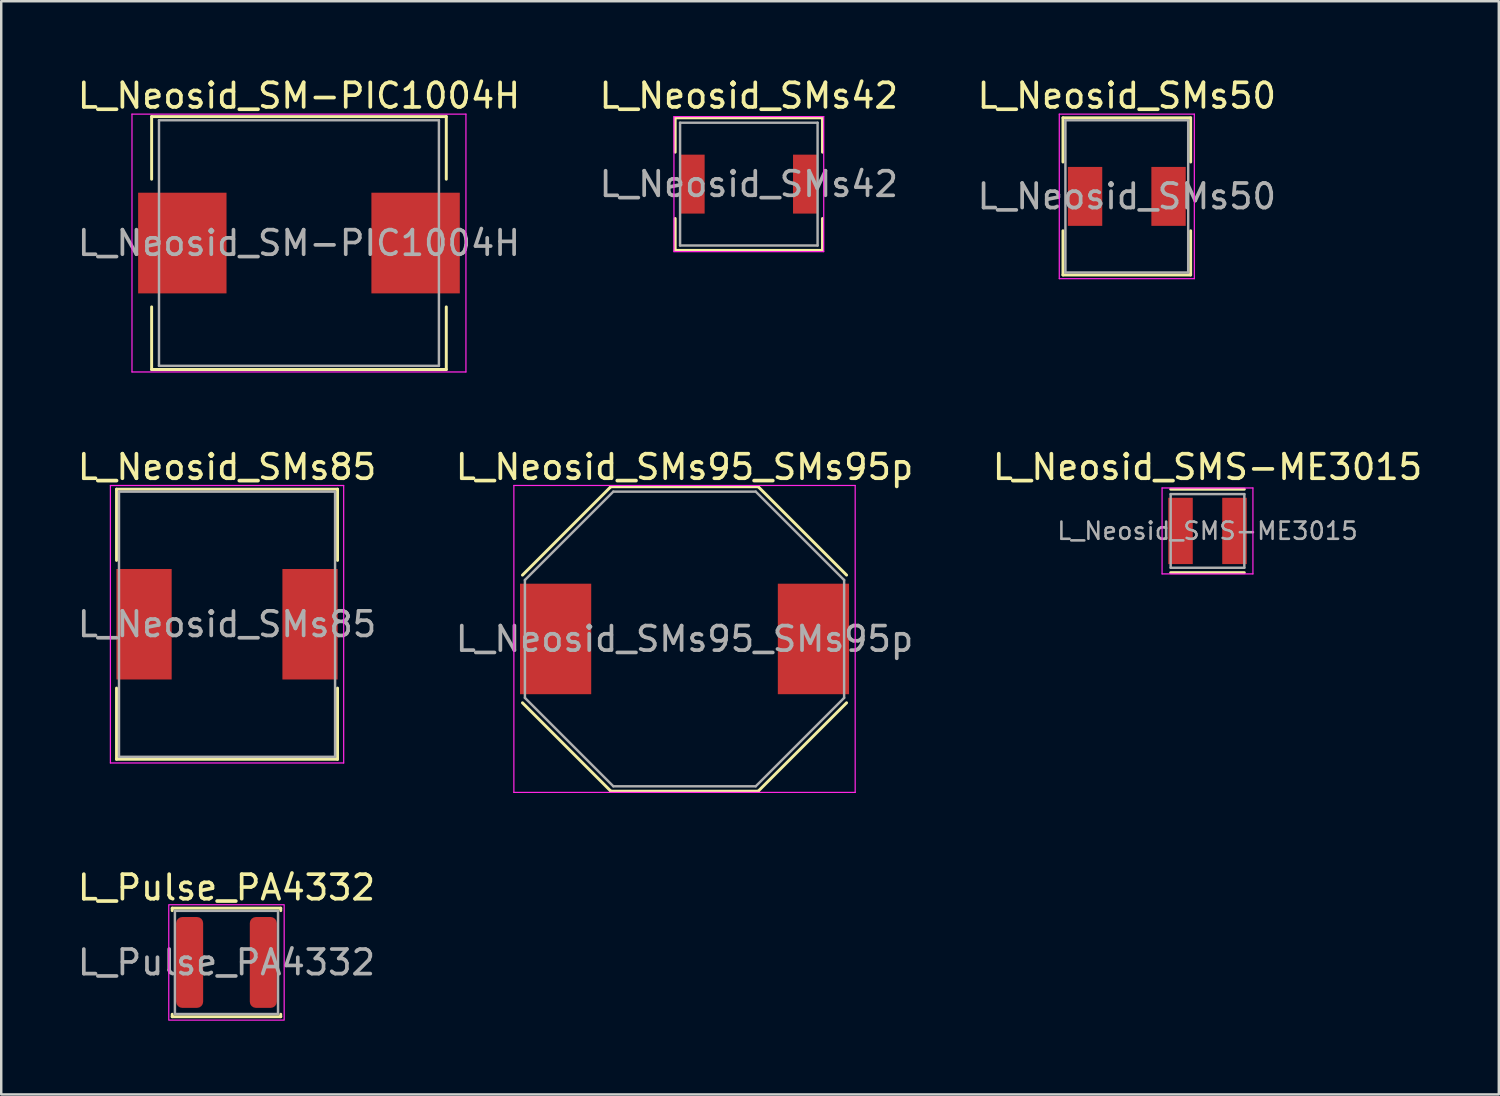
<source format=kicad_pcb>
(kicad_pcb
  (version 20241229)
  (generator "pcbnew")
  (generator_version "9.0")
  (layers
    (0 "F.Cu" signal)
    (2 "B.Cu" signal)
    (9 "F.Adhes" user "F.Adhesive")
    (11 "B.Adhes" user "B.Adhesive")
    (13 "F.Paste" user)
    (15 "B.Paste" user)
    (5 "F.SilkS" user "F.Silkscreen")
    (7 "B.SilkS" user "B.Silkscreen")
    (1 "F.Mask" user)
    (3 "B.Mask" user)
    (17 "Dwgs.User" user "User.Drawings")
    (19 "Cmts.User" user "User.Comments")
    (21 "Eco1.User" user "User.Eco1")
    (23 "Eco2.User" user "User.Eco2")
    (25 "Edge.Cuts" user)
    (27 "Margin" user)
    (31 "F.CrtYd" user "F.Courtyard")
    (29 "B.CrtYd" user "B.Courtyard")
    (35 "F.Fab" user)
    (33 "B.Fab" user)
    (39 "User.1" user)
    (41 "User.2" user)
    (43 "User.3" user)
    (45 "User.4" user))
  (footprint "L_Neosid_SMs42"
    (layer "F.Cu")
    (at 27.446 4.448)
    (property "Reference" "L_Neosid_SMs42" (at 0 -3.6 0) (layer "F.SilkS") (effects (font (size 1 1) (thickness 0.15))))
    (attr smd)
    (fp_line (start -3 -2.7) (end 3 -2.7) (stroke (width 0.12) (type solid)) (layer "F.SilkS"))
    (fp_line (start -3 -1.3) (end -3 -2.7) (stroke (width 0.12) (type solid)) (layer "F.SilkS"))
    (fp_line (start -3 2.7) (end -3 1.4) (stroke (width 0.12) (type solid)) (layer "F.SilkS"))
    (fp_line (start 3 -2.7) (end 3 -1.3) (stroke (width 0.12) (type solid)) (layer "F.SilkS"))
    (fp_line (start 3 1.4) (end 3 2.7) (stroke (width 0.12) (type solid)) (layer "F.SilkS"))
    (fp_line (start 3 2.7) (end -3 2.7) (stroke (width 0.12) (type solid)) (layer "F.SilkS"))
    (fp_line (start -3.05 -2.75) (end -3.05 2.75) (stroke (width 0.05) (type solid)) (layer "F.CrtYd"))
    (fp_line (start -3.05 -2.75) (end 3.05 -2.75) (stroke (width 0.05) (type solid)) (layer "F.CrtYd"))
    (fp_line (start 3.05 2.75) (end -3.05 2.75) (stroke (width 0.05) (type solid)) (layer "F.CrtYd"))
    (fp_line (start 3.05 2.75) (end 3.05 -2.75) (stroke (width 0.05) (type solid)) (layer "F.CrtYd"))
    (fp_line (start -2.8 -2.5) (end 2.8 -2.5) (stroke (width 0.1) (type solid)) (layer "F.Fab"))
    (fp_line (start -2.8 2.5) (end -2.8 -2.5) (stroke (width 0.1) (type solid)) (layer "F.Fab"))
    (fp_line (start 2.8 -2.5) (end 2.8 2.5) (stroke (width 0.1) (type solid)) (layer "F.Fab"))
    (fp_line (start 2.8 2.5) (end -2.8 2.5) (stroke (width 0.1) (type solid)) (layer "F.Fab"))
    (fp_text user "${REFERENCE}" (at 0 0 0) (layer "F.Fab") (effects (font (size 1 1) (thickness 0.15))))
    (pad "1" smd rect (at -2.3 0) (size 1 2.4) (layers "F.Cu" "F.Mask" "F.Paste"))
    (pad "2" smd rect (at 2.3 0) (size 1 2.4) (layers "F.Cu" "F.Mask" "F.Paste")))
  (footprint "L_Neosid_SMs50"
    (layer "F.Cu")
    (at 42.839 4.948)
    (property "Reference" "L_Neosid_SMs50" (at 0 -4.1 0) (layer "F.SilkS") (effects (font (size 1 1) (thickness 0.15))))
    (attr smd)
    (fp_line (start -2.6 -3.2) (end 2.6 -3.2) (stroke (width 0.12) (type solid)) (layer "F.SilkS"))
    (fp_line (start -2.6 -1.4) (end -2.6 -3.2) (stroke (width 0.12) (type solid)) (layer "F.SilkS"))
    (fp_line (start -2.6 3.2) (end -2.6 1.4) (stroke (width 0.12) (type solid)) (layer "F.SilkS"))
    (fp_line (start 2.6 -3.2) (end 2.6 -1.4) (stroke (width 0.12) (type solid)) (layer "F.SilkS"))
    (fp_line (start 2.6 1.4) (end 2.6 3.2) (stroke (width 0.12) (type solid)) (layer "F.SilkS"))
    (fp_line (start 2.6 3.2) (end -2.6 3.2) (stroke (width 0.12) (type solid)) (layer "F.SilkS"))
    (fp_line (start -2.75 -3.35) (end -2.75 3.35) (stroke (width 0.05) (type solid)) (layer "F.CrtYd"))
    (fp_line (start -2.75 -3.35) (end 2.75 -3.35) (stroke (width 0.05) (type solid)) (layer "F.CrtYd"))
    (fp_line (start 2.75 3.35) (end -2.75 3.35) (stroke (width 0.05) (type solid)) (layer "F.CrtYd"))
    (fp_line (start 2.75 3.35) (end 2.75 -3.35) (stroke (width 0.05) (type solid)) (layer "F.CrtYd"))
    (fp_line (start -2.5 -3.1) (end 2.5 -3.1) (stroke (width 0.1) (type solid)) (layer "F.Fab"))
    (fp_line (start -2.5 3.1) (end -2.5 -3.1) (stroke (width 0.1) (type solid)) (layer "F.Fab"))
    (fp_line (start 2.5 -3.1) (end 2.5 3.1) (stroke (width 0.1) (type solid)) (layer "F.Fab"))
    (fp_line (start 2.5 3.1) (end -2.5 3.1) (stroke (width 0.1) (type solid)) (layer "F.Fab"))
    (fp_text user "${REFERENCE}" (at 0 0 0) (layer "F.Fab") (effects (font (size 1 1) (thickness 0.15))))
    (pad "1" smd rect (at -1.7 0) (size 1.4 2.4) (layers "F.Cu" "F.Mask" "F.Paste"))
    (pad "2" smd rect (at 1.7 0) (size 1.4 2.4) (layers "F.Cu" "F.Mask" "F.Paste")))
  (footprint "L_Pulse_PA4332"
    (layer "F.Cu")
    (at 6.173 36.145)
    (property "Reference" "L_Pulse_PA4332" (at 0 -3.05 0) (layer "F.SilkS") (effects (font (size 1 1) (thickness 0.15))))
    (attr smd)
    (fp_line (start -2.21 -2.21) (end 2.21 -2.21) (stroke (width 0.12) (type solid)) (layer "F.SilkS"))
    (fp_line (start -2.21 -2.11) (end -2.21 -2.21) (stroke (width 0.12) (type solid)) (layer "F.SilkS"))
    (fp_line (start -2.21 2.21) (end -2.21 2.11) (stroke (width 0.12) (type solid)) (layer "F.SilkS"))
    (fp_line (start 2.21 -2.21) (end 2.21 -2.11) (stroke (width 0.12) (type solid)) (layer "F.SilkS"))
    (fp_line (start 2.21 2.11) (end 2.21 2.21) (stroke (width 0.12) (type solid)) (layer "F.SilkS"))
    (fp_line (start 2.21 2.21) (end -2.21 2.21) (stroke (width 0.12) (type solid)) (layer "F.SilkS"))
    (fp_rect (start -2.35 -2.35) (end 2.35 2.35) (stroke (width 0.05) (type solid)) (fill no) (layer "F.CrtYd"))
    (fp_rect (start -2.1 -2.1) (end 2.1 2.1) (stroke (width 0.1) (type solid)) (fill no) (layer "F.Fab"))
    (fp_text user "${REFERENCE}" (at 0 0 0) (layer "F.Fab") (effects (font (size 1 1) (thickness 0.15))))
    (pad "1" smd roundrect (at -1.5 0) (size 1.1 3.7) (layers "F.Cu" "F.Mask" "F.Paste") (roundrect_rratio 0.227))
    (pad "2" smd roundrect (at 1.5 0) (size 1.1 3.7) (layers "F.Cu" "F.Mask" "F.Paste") (roundrect_rratio 0.227)))
  (footprint "L_Neosid_SMs85"
    (layer "F.Cu")
    (at 6.196 22.372)
    (property "Reference" "L_Neosid_SMs85" (at 0 -6.4 0) (layer "F.SilkS") (effects (font (size 1 1) (thickness 0.15))))
    (attr smd)
    (fp_line (start -4.5 -5.5) (end 4.5 -5.5) (stroke (width 0.12) (type solid)) (layer "F.SilkS"))
    (fp_line (start -4.5 -2.6) (end -4.5 -5.5) (stroke (width 0.12) (type solid)) (layer "F.SilkS"))
    (fp_line (start -4.5 5.5) (end -4.5 2.6) (stroke (width 0.12) (type solid)) (layer "F.SilkS"))
    (fp_line (start 4.5 -5.5) (end 4.5 -2.6) (stroke (width 0.12) (type solid)) (layer "F.SilkS"))
    (fp_line (start 4.5 2.6) (end 4.5 5.5) (stroke (width 0.12) (type solid)) (layer "F.SilkS"))
    (fp_line (start 4.5 5.5) (end -4.5 5.5) (stroke (width 0.12) (type solid)) (layer "F.SilkS"))
    (fp_line (start -4.75 -5.65) (end -4.75 5.65) (stroke (width 0.05) (type solid)) (layer "F.CrtYd"))
    (fp_line (start -4.75 -5.65) (end 4.75 -5.65) (stroke (width 0.05) (type solid)) (layer "F.CrtYd"))
    (fp_line (start 4.75 5.65) (end -4.75 5.65) (stroke (width 0.05) (type solid)) (layer "F.CrtYd"))
    (fp_line (start 4.75 5.65) (end 4.75 -5.65) (stroke (width 0.05) (type solid)) (layer "F.CrtYd"))
    (fp_line (start -4.4 -5.4) (end 4.4 -5.4) (stroke (width 0.1) (type solid)) (layer "F.Fab"))
    (fp_line (start -4.4 5.4) (end -4.4 -5.4) (stroke (width 0.1) (type solid)) (layer "F.Fab"))
    (fp_line (start 4.4 -5.4) (end 4.4 5.4) (stroke (width 0.1) (type solid)) (layer "F.Fab"))
    (fp_line (start 4.4 5.4) (end -4.4 5.4) (stroke (width 0.1) (type solid)) (layer "F.Fab"))
    (fp_text user "${REFERENCE}" (at 0 0 0) (layer "F.Fab") (effects (font (size 1 1) (thickness 0.15))))
    (pad "1" smd rect (at -3.38 0) (size 2.25 4.5) (layers "F.Cu" "F.Mask" "F.Paste"))
    (pad "2" smd rect (at 3.38 0) (size 2.25 4.5) (layers "F.Cu" "F.Mask" "F.Paste")))
  (footprint "L_Neosid_SM-PIC1004H"
    (layer "F.Cu")
    (at 9.125 6.848)
    (property "Reference" "L_Neosid_SM-PIC1004H" (at 0 -6 0) (layer "F.SilkS") (effects (font (size 1 1) (thickness 0.15))))
    (attr smd)
    (fp_line (start -6 -5.15) (end -6 -2.6) (stroke (width 0.12) (type solid)) (layer "F.SilkS"))
    (fp_line (start -6 2.6) (end -6 5.15) (stroke (width 0.12) (type solid)) (layer "F.SilkS"))
    (fp_line (start -6 5.15) (end 6 5.15) (stroke (width 0.12) (type solid)) (layer "F.SilkS"))
    (fp_line (start 6 -5.15) (end -6 -5.15) (stroke (width 0.12) (type solid)) (layer "F.SilkS"))
    (fp_line (start 6 -2.6) (end 6 -5.15) (stroke (width 0.12) (type solid)) (layer "F.SilkS"))
    (fp_line (start 6 5.15) (end 6 2.6) (stroke (width 0.12) (type solid)) (layer "F.SilkS"))
    (fp_line (start -6.8 -5.25) (end -6.8 5.25) (stroke (width 0.05) (type solid)) (layer "F.CrtYd"))
    (fp_line (start -6.8 -5.25) (end 6.8 -5.25) (stroke (width 0.05) (type solid)) (layer "F.CrtYd"))
    (fp_line (start 6.8 5.25) (end -6.8 5.25) (stroke (width 0.05) (type solid)) (layer "F.CrtYd"))
    (fp_line (start 6.8 5.25) (end 6.8 -5.25) (stroke (width 0.05) (type solid)) (layer "F.CrtYd"))
    (fp_line (start -5.7 -5) (end 5.7 -5) (stroke (width 0.1) (type solid)) (layer "F.Fab"))
    (fp_line (start -5.7 5) (end -5.7 -5) (stroke (width 0.1) (type solid)) (layer "F.Fab"))
    (fp_line (start 5.7 -5) (end 5.7 5) (stroke (width 0.1) (type solid)) (layer "F.Fab"))
    (fp_line (start 5.7 5) (end -5.7 5) (stroke (width 0.1) (type solid)) (layer "F.Fab"))
    (fp_text user "${REFERENCE}" (at 0 0 0) (layer "F.Fab") (effects (font (size 1 1) (thickness 0.15))))
    (pad "1" smd rect (at -4.75 0) (size 3.6 4.1) (layers "F.Cu" "F.Mask" "F.Paste"))
    (pad "2" smd rect (at 4.75 0) (size 3.6 4.1) (layers "F.Cu" "F.Mask" "F.Paste")))
  (footprint "L_Neosid_SMs95_SMs95p"
    (layer "F.Cu")
    (at 24.827 22.971)
    (property "Reference" "L_Neosid_SMs95_SMs95p" (at 0 -7 0) (layer "F.SilkS") (effects (font (size 1 1) (thickness 0.15))))
    (attr smd)
    (fp_line (start -6.6 -2.6) (end -3 -6.2) (stroke (width 0.12) (type solid)) (layer "F.SilkS"))
    (fp_line (start -3 -6.2) (end 3 -6.2) (stroke (width 0.12) (type solid)) (layer "F.SilkS"))
    (fp_line (start -3 6.2) (end -6.6 2.6) (stroke (width 0.12) (type solid)) (layer "F.SilkS"))
    (fp_line (start 3 -6.2) (end 6.6 -2.6) (stroke (width 0.12) (type solid)) (layer "F.SilkS"))
    (fp_line (start 3 6.2) (end -3 6.2) (stroke (width 0.12) (type solid)) (layer "F.SilkS"))
    (fp_line (start 6.6 2.6) (end 3 6.2) (stroke (width 0.12) (type solid)) (layer "F.SilkS"))
    (fp_line (start -6.95 -6.25) (end -6.95 6.25) (stroke (width 0.05) (type solid)) (layer "F.CrtYd"))
    (fp_line (start -6.95 -6.25) (end 6.95 -6.25) (stroke (width 0.05) (type solid)) (layer "F.CrtYd"))
    (fp_line (start 6.95 6.25) (end -6.95 6.25) (stroke (width 0.05) (type solid)) (layer "F.CrtYd"))
    (fp_line (start 6.95 6.25) (end 6.95 -6.25) (stroke (width 0.05) (type solid)) (layer "F.CrtYd"))
    (fp_line (start -6.5 -2.4) (end -6.5 2.4) (stroke (width 0.1) (type solid)) (layer "F.Fab"))
    (fp_line (start -6.5 -2.4) (end -2.9 -6) (stroke (width 0.1) (type solid)) (layer "F.Fab"))
    (fp_line (start -6.5 2.4) (end -2.9 6) (stroke (width 0.1) (type solid)) (layer "F.Fab"))
    (fp_line (start -2.9 6) (end 2.9 6) (stroke (width 0.1) (type solid)) (layer "F.Fab"))
    (fp_line (start 2.9 -6) (end -2.9 -6) (stroke (width 0.1) (type solid)) (layer "F.Fab"))
    (fp_line (start 2.9 6) (end 6.5 2.4) (stroke (width 0.1) (type solid)) (layer "F.Fab"))
    (fp_line (start 6.5 -2.4) (end 2.9 -6) (stroke (width 0.1) (type solid)) (layer "F.Fab"))
    (fp_line (start 6.5 2.4) (end 6.5 -2.4) (stroke (width 0.1) (type solid)) (layer "F.Fab"))
    (fp_text user "${REFERENCE}" (at 0 0 0) (layer "F.Fab") (effects (font (size 1 1) (thickness 0.15))))
    (pad "1" smd rect (at -5.25 0) (size 2.9 4.5) (layers "F.Cu" "F.Mask" "F.Paste"))
    (pad "2" smd rect (at 5.25 0) (size 2.9 4.5) (layers "F.Cu" "F.Mask" "F.Paste")))
  (footprint "L_Neosid_SMS-ME3015"
    (layer "F.Cu")
    (at 46.125 18.572)
    (property "Reference" "L_Neosid_SMS-ME3015" (at 0 -2.6 0) (layer "F.SilkS") (effects (font (size 1 1) (thickness 0.15))))
    (attr smd)
    (fp_line (start 1.5 -1.7) (end -1.5 -1.7) (stroke (width 0.12) (type solid)) (layer "F.SilkS"))
    (fp_line (start 1.5 1.7) (end -1.5 1.7) (stroke (width 0.12) (type solid)) (layer "F.SilkS"))
    (fp_line (start -1.85 -1.75) (end -1.85 1.75) (stroke (width 0.05) (type solid)) (layer "F.CrtYd"))
    (fp_line (start -1.85 -1.75) (end 1.85 -1.75) (stroke (width 0.05) (type solid)) (layer "F.CrtYd"))
    (fp_line (start 1.85 1.75) (end -1.85 1.75) (stroke (width 0.05) (type solid)) (layer "F.CrtYd"))
    (fp_line (start 1.85 1.75) (end 1.85 -1.75) (stroke (width 0.05) (type solid)) (layer "F.CrtYd"))
    (fp_line (start -1.5 -1.5) (end -1.5 1.5) (stroke (width 0.1) (type solid)) (layer "F.Fab"))
    (fp_line (start -1.5 1.5) (end 1.5 1.5) (stroke (width 0.1) (type solid)) (layer "F.Fab"))
    (fp_line (start 1.5 -1.5) (end -1.5 -1.5) (stroke (width 0.1) (type solid)) (layer "F.Fab"))
    (fp_line (start 1.5 1.5) (end 1.5 -1.5) (stroke (width 0.1) (type solid)) (layer "F.Fab"))
    (fp_text user "${REFERENCE}" (at 0 0 0) (layer "F.Fab") (effects (font (size 0.7 0.7) (thickness 0.105))))
    (pad "1" smd rect (at -1.1 0) (size 1 2.7) (layers "F.Cu" "F.Mask" "F.Paste"))
    (pad "2" smd rect (at 1.1 0) (size 1 2.7) (layers "F.Cu" "F.Mask" "F.Paste")))
  (gr_rect
    (start -3 -3)
    (end 57.988 41.52)
    (stroke (width 0.1) (type default))
    (fill no)
    (layer "Edge.Cuts")))
</source>
